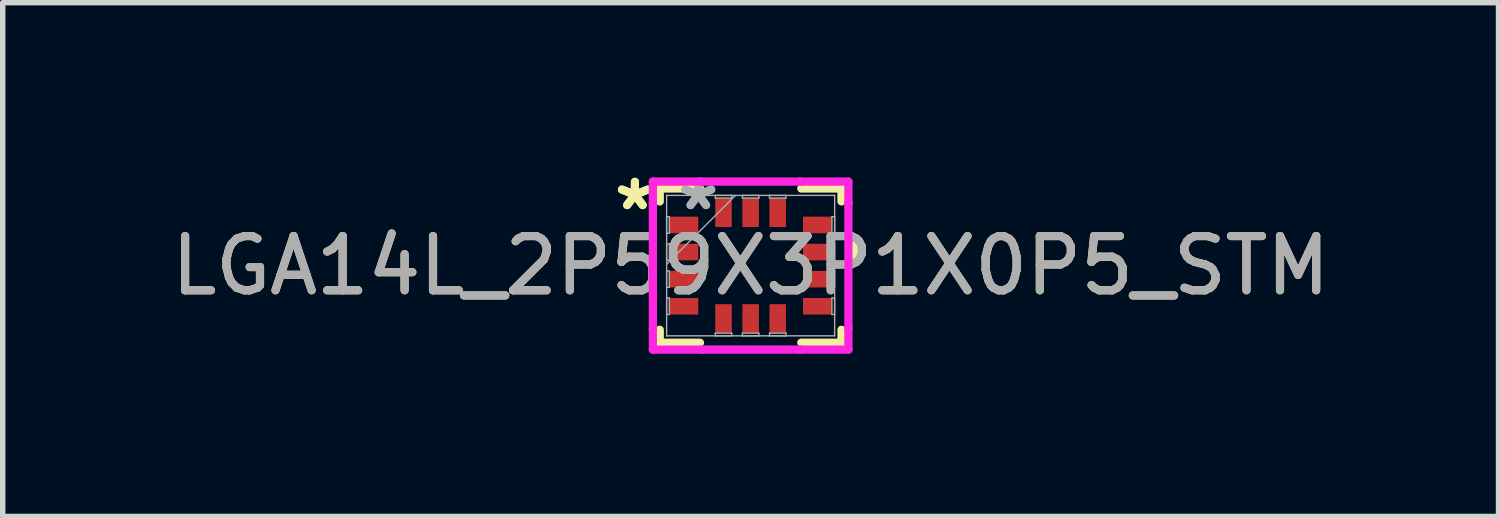
<source format=kicad_pcb>
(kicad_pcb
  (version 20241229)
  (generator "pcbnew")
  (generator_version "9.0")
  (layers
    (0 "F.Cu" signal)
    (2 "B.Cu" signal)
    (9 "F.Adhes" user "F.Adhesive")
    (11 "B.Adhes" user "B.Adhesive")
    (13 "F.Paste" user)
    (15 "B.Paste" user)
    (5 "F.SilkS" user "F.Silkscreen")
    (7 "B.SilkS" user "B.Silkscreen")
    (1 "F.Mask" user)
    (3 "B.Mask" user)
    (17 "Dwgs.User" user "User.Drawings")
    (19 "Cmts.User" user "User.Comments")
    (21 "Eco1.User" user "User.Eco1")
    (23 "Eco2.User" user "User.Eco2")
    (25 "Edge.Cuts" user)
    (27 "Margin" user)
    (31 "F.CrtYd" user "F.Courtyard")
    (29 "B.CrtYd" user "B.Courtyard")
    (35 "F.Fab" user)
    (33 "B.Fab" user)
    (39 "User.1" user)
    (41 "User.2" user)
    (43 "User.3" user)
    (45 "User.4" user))
  (footprint "LGA14L_2P59X3P1X0P5_STM"
    (layer "F.Cu")
    (at 10.792 1.848)
    (property "Reference" "LGA14L_2P59X3P1X0P5_STM" (at 0 0 0) (unlocked yes) (layer "F.SilkS") (effects (font (size 1 1) (thickness 0.15))))
    (attr smd)
    (fp_line (start -1.676 -1.422) (end -1.676 -1.184) (stroke (width 0.152) (type solid)) (layer "F.SilkS"))
    (fp_line (start -1.676 1.184) (end -1.676 1.422) (stroke (width 0.152) (type solid)) (layer "F.SilkS"))
    (fp_line (start -1.676 1.422) (end -0.934 1.422) (stroke (width 0.152) (type solid)) (layer "F.SilkS"))
    (fp_line (start -0.934 -1.422) (end -1.676 -1.422) (stroke (width 0.152) (type solid)) (layer "F.SilkS"))
    (fp_line (start 0.934 1.422) (end 1.676 1.422) (stroke (width 0.152) (type solid)) (layer "F.SilkS"))
    (fp_line (start 1.676 -1.422) (end 0.934 -1.422) (stroke (width 0.152) (type solid)) (layer "F.SilkS"))
    (fp_line (start 1.676 -1.184) (end 1.676 -1.422) (stroke (width 0.152) (type solid)) (layer "F.SilkS"))
    (fp_line (start 1.676 1.422) (end 1.676 1.184) (stroke (width 0.152) (type solid)) (layer "F.SilkS"))
    (fp_poly (pts (xy 2.007 -0.441) (xy 2.007 -0.059) (xy 1.753 -0.059) (xy 1.753 -0.441)) (stroke (width 0) (type solid)) (fill yes) (layer "F.SilkS"))
    (fp_line (start -1.803 -1.549) (end -0.906 -1.549) (stroke (width 0.152) (type solid)) (layer "F.CrtYd"))
    (fp_line (start -1.803 -1.156) (end -1.803 -1.549) (stroke (width 0.152) (type solid)) (layer "F.CrtYd"))
    (fp_line (start -1.803 -1.156) (end -1.803 -1.156) (stroke (width 0.152) (type solid)) (layer "F.CrtYd"))
    (fp_line (start -1.803 1.156) (end -1.803 -1.156) (stroke (width 0.152) (type solid)) (layer "F.CrtYd"))
    (fp_line (start -1.803 1.156) (end -1.803 1.156) (stroke (width 0.152) (type solid)) (layer "F.CrtYd"))
    (fp_line (start -1.803 1.549) (end -1.803 1.156) (stroke (width 0.152) (type solid)) (layer "F.CrtYd"))
    (fp_line (start -0.906 -1.549) (end -0.906 -1.549) (stroke (width 0.152) (type solid)) (layer "F.CrtYd"))
    (fp_line (start -0.906 -1.549) (end 0.906 -1.549) (stroke (width 0.152) (type solid)) (layer "F.CrtYd"))
    (fp_line (start -0.906 1.549) (end -1.803 1.549) (stroke (width 0.152) (type solid)) (layer "F.CrtYd"))
    (fp_line (start -0.906 1.549) (end -0.906 1.549) (stroke (width 0.152) (type solid)) (layer "F.CrtYd"))
    (fp_line (start 0.906 -1.549) (end 0.906 -1.549) (stroke (width 0.152) (type solid)) (layer "F.CrtYd"))
    (fp_line (start 0.906 -1.549) (end 1.803 -1.549) (stroke (width 0.152) (type solid)) (layer "F.CrtYd"))
    (fp_line (start 0.906 1.549) (end -0.906 1.549) (stroke (width 0.152) (type solid)) (layer "F.CrtYd"))
    (fp_line (start 0.906 1.549) (end 0.906 1.549) (stroke (width 0.152) (type solid)) (layer "F.CrtYd"))
    (fp_line (start 1.803 -1.549) (end 1.803 -1.156) (stroke (width 0.152) (type solid)) (layer "F.CrtYd"))
    (fp_line (start 1.803 -1.156) (end 1.803 -1.156) (stroke (width 0.152) (type solid)) (layer "F.CrtYd"))
    (fp_line (start 1.803 -1.156) (end 1.803 1.156) (stroke (width 0.152) (type solid)) (layer "F.CrtYd"))
    (fp_line (start 1.803 1.156) (end 1.803 1.156) (stroke (width 0.152) (type solid)) (layer "F.CrtYd"))
    (fp_line (start 1.803 1.156) (end 1.803 1.549) (stroke (width 0.152) (type solid)) (layer "F.CrtYd"))
    (fp_line (start 1.803 1.549) (end 0.906 1.549) (stroke (width 0.152) (type solid)) (layer "F.CrtYd"))
    (fp_line (start -1.549 -1.295) (end -1.549 -1.295) (stroke (width 0.025) (type solid)) (layer "F.Fab"))
    (fp_line (start -1.549 -1.295) (end -1.549 1.295) (stroke (width 0.025) (type solid)) (layer "F.Fab"))
    (fp_line (start -1.549 -0.902) (end -1.499 -0.902) (stroke (width 0.025) (type solid)) (layer "F.Fab"))
    (fp_line (start -1.549 -0.598) (end -1.549 -0.902) (stroke (width 0.025) (type solid)) (layer "F.Fab"))
    (fp_line (start -1.549 -0.402) (end -1.499 -0.402) (stroke (width 0.025) (type solid)) (layer "F.Fab"))
    (fp_line (start -1.549 -0.098) (end -1.549 -0.402) (stroke (width 0.025) (type solid)) (layer "F.Fab"))
    (fp_line (start -1.549 -0.025) (end -0.279 -1.295) (stroke (width 0.025) (type solid)) (layer "F.Fab"))
    (fp_line (start -1.549 0.098) (end -1.499 0.098) (stroke (width 0.025) (type solid)) (layer "F.Fab"))
    (fp_line (start -1.549 0.402) (end -1.549 0.098) (stroke (width 0.025) (type solid)) (layer "F.Fab"))
    (fp_line (start -1.549 0.598) (end -1.499 0.598) (stroke (width 0.025) (type solid)) (layer "F.Fab"))
    (fp_line (start -1.549 0.902) (end -1.549 0.598) (stroke (width 0.025) (type solid)) (layer "F.Fab"))
    (fp_line (start -1.549 1.295) (end -1.549 1.295) (stroke (width 0.025) (type solid)) (layer "F.Fab"))
    (fp_line (start -1.549 1.295) (end 1.549 1.295) (stroke (width 0.025) (type solid)) (layer "F.Fab"))
    (fp_line (start -1.499 -0.902) (end -1.499 -0.598) (stroke (width 0.025) (type solid)) (layer "F.Fab"))
    (fp_line (start -1.499 -0.598) (end -1.549 -0.598) (stroke (width 0.025) (type solid)) (layer "F.Fab"))
    (fp_line (start -1.499 -0.402) (end -1.499 -0.098) (stroke (width 0.025) (type solid)) (layer "F.Fab"))
    (fp_line (start -1.499 -0.098) (end -1.549 -0.098) (stroke (width 0.025) (type solid)) (layer "F.Fab"))
    (fp_line (start -1.499 0.098) (end -1.499 0.402) (stroke (width 0.025) (type solid)) (layer "F.Fab"))
    (fp_line (start -1.499 0.402) (end -1.549 0.402) (stroke (width 0.025) (type solid)) (layer "F.Fab"))
    (fp_line (start -1.499 0.598) (end -1.499 0.902) (stroke (width 0.025) (type solid)) (layer "F.Fab"))
    (fp_line (start -1.499 0.902) (end -1.549 0.902) (stroke (width 0.025) (type solid)) (layer "F.Fab"))
    (fp_line (start -0.652 -1.295) (end -0.348 -1.295) (stroke (width 0.025) (type solid)) (layer "F.Fab"))
    (fp_line (start -0.652 -1.245) (end -0.652 -1.295) (stroke (width 0.025) (type solid)) (layer "F.Fab"))
    (fp_line (start -0.652 1.245) (end -0.348 1.245) (stroke (width 0.025) (type solid)) (layer "F.Fab"))
    (fp_line (start -0.652 1.295) (end -0.652 1.245) (stroke (width 0.025) (type solid)) (layer "F.Fab"))
    (fp_line (start -0.348 -1.295) (end -0.348 -1.245) (stroke (width 0.025) (type solid)) (layer "F.Fab"))
    (fp_line (start -0.348 -1.245) (end -0.652 -1.245) (stroke (width 0.025) (type solid)) (layer "F.Fab"))
    (fp_line (start -0.348 1.245) (end -0.348 1.295) (stroke (width 0.025) (type solid)) (layer "F.Fab"))
    (fp_line (start -0.348 1.295) (end -0.652 1.295) (stroke (width 0.025) (type solid)) (layer "F.Fab"))
    (fp_line (start -0.152 -1.295) (end 0.152 -1.295) (stroke (width 0.025) (type solid)) (layer "F.Fab"))
    (fp_line (start -0.152 -1.245) (end -0.152 -1.295) (stroke (width 0.025) (type solid)) (layer "F.Fab"))
    (fp_line (start -0.152 1.245) (end 0.152 1.245) (stroke (width 0.025) (type solid)) (layer "F.Fab"))
    (fp_line (start -0.152 1.295) (end -0.152 1.245) (stroke (width 0.025) (type solid)) (layer "F.Fab"))
    (fp_line (start 0.152 -1.295) (end 0.152 -1.245) (stroke (width 0.025) (type solid)) (layer "F.Fab"))
    (fp_line (start 0.152 -1.245) (end -0.152 -1.245) (stroke (width 0.025) (type solid)) (layer "F.Fab"))
    (fp_line (start 0.152 1.245) (end 0.152 1.295) (stroke (width 0.025) (type solid)) (layer "F.Fab"))
    (fp_line (start 0.152 1.295) (end -0.152 1.295) (stroke (width 0.025) (type solid)) (layer "F.Fab"))
    (fp_line (start 0.348 -1.295) (end 0.652 -1.295) (stroke (width 0.025) (type solid)) (layer "F.Fab"))
    (fp_line (start 0.348 -1.245) (end 0.348 -1.295) (stroke (width 0.025) (type solid)) (layer "F.Fab"))
    (fp_line (start 0.348 1.245) (end 0.652 1.245) (stroke (width 0.025) (type solid)) (layer "F.Fab"))
    (fp_line (start 0.348 1.295) (end 0.348 1.245) (stroke (width 0.025) (type solid)) (layer "F.Fab"))
    (fp_line (start 0.652 -1.295) (end 0.652 -1.245) (stroke (width 0.025) (type solid)) (layer "F.Fab"))
    (fp_line (start 0.652 -1.245) (end 0.348 -1.245) (stroke (width 0.025) (type solid)) (layer "F.Fab"))
    (fp_line (start 0.652 1.245) (end 0.652 1.295) (stroke (width 0.025) (type solid)) (layer "F.Fab"))
    (fp_line (start 0.652 1.295) (end 0.348 1.295) (stroke (width 0.025) (type solid)) (layer "F.Fab"))
    (fp_line (start 1.499 -0.902) (end 1.549 -0.902) (stroke (width 0.025) (type solid)) (layer "F.Fab"))
    (fp_line (start 1.499 -0.598) (end 1.499 -0.902) (stroke (width 0.025) (type solid)) (layer "F.Fab"))
    (fp_line (start 1.499 -0.402) (end 1.549 -0.402) (stroke (width 0.025) (type solid)) (layer "F.Fab"))
    (fp_line (start 1.499 -0.098) (end 1.499 -0.402) (stroke (width 0.025) (type solid)) (layer "F.Fab"))
    (fp_line (start 1.499 0.098) (end 1.549 0.098) (stroke (width 0.025) (type solid)) (layer "F.Fab"))
    (fp_line (start 1.499 0.402) (end 1.499 0.098) (stroke (width 0.025) (type solid)) (layer "F.Fab"))
    (fp_line (start 1.499 0.598) (end 1.549 0.598) (stroke (width 0.025) (type solid)) (layer "F.Fab"))
    (fp_line (start 1.499 0.902) (end 1.499 0.598) (stroke (width 0.025) (type solid)) (layer "F.Fab"))
    (fp_line (start 1.549 -1.295) (end -1.549 -1.295) (stroke (width 0.025) (type solid)) (layer "F.Fab"))
    (fp_line (start 1.549 -1.295) (end 1.549 -1.295) (stroke (width 0.025) (type solid)) (layer "F.Fab"))
    (fp_line (start 1.549 -0.902) (end 1.549 -0.598) (stroke (width 0.025) (type solid)) (layer "F.Fab"))
    (fp_line (start 1.549 -0.598) (end 1.499 -0.598) (stroke (width 0.025) (type solid)) (layer "F.Fab"))
    (fp_line (start 1.549 -0.402) (end 1.549 -0.098) (stroke (width 0.025) (type solid)) (layer "F.Fab"))
    (fp_line (start 1.549 -0.098) (end 1.499 -0.098) (stroke (width 0.025) (type solid)) (layer "F.Fab"))
    (fp_line (start 1.549 0.098) (end 1.549 0.402) (stroke (width 0.025) (type solid)) (layer "F.Fab"))
    (fp_line (start 1.549 0.402) (end 1.499 0.402) (stroke (width 0.025) (type solid)) (layer "F.Fab"))
    (fp_line (start 1.549 0.598) (end 1.549 0.902) (stroke (width 0.025) (type solid)) (layer "F.Fab"))
    (fp_line (start 1.549 0.902) (end 1.499 0.902) (stroke (width 0.025) (type solid)) (layer "F.Fab"))
    (fp_line (start 1.549 1.295) (end 1.549 -1.295) (stroke (width 0.025) (type solid)) (layer "F.Fab"))
    (fp_line (start 1.549 1.295) (end 1.549 1.295) (stroke (width 0.025) (type solid)) (layer "F.Fab"))
    (fp_text user "*" (at -2.134 -1 0) (unlocked yes) (layer "F.SilkS") (effects (font (size 1 1) (thickness 0.15))))
    (fp_text user "*" (at -2.134 -1 0) (layer "F.SilkS") (effects (font (size 1 1) (thickness 0.15))))
    (fp_text user "${REFERENCE}" (at 0 0 0) (unlocked yes) (layer "F.Fab") (effects (font (size 1 1) (thickness 0.15))))
    (fp_text user "*" (at -0.965 -1 0) (unlocked yes) (layer "F.Fab") (effects (font (size 1 1) (thickness 0.15))))
    (fp_text user "*" (at -0.965 -1 0) (layer "F.Fab") (effects (font (size 1 1) (thickness 0.15))))
    (pad "1" smd rect (at -1.232 -0.75 90) (size 0.305 0.533) (layers "F.Cu" "F.Mask" "F.Paste"))
    (pad "2" smd rect (at -1.232 -0.25 90) (size 0.305 0.533) (layers "F.Cu" "F.Mask" "F.Paste"))
    (pad "3" smd rect (at -1.232 0.25 90) (size 0.305 0.533) (layers "F.Cu" "F.Mask" "F.Paste"))
    (pad "4" smd rect (at -1.232 0.75 90) (size 0.305 0.533) (layers "F.Cu" "F.Mask" "F.Paste"))
    (pad "5" smd rect (at -0.5 0.978) (size 0.305 0.533) (layers "F.Cu" "F.Mask" "F.Paste"))
    (pad "6" smd rect (at 0 0.978) (size 0.305 0.533) (layers "F.Cu" "F.Mask" "F.Paste"))
    (pad "7" smd rect (at 0.5 0.978) (size 0.305 0.533) (layers "F.Cu" "F.Mask" "F.Paste"))
    (pad "8" smd rect (at 1.232 0.75 90) (size 0.305 0.533) (layers "F.Cu" "F.Mask" "F.Paste"))
    (pad "9" smd rect (at 1.232 0.25 90) (size 0.305 0.533) (layers "F.Cu" "F.Mask" "F.Paste"))
    (pad "10" smd rect (at 1.232 -0.25 90) (size 0.305 0.533) (layers "F.Cu" "F.Mask" "F.Paste"))
    (pad "11" smd rect (at 1.232 -0.75 90) (size 0.305 0.533) (layers "F.Cu" "F.Mask" "F.Paste"))
    (pad "12" smd rect (at 0.5 -0.978) (size 0.305 0.533) (layers "F.Cu" "F.Mask" "F.Paste"))
    (pad "13" smd rect (at 0 -0.978) (size 0.305 0.533) (layers "F.Cu" "F.Mask" "F.Paste"))
    (pad "14" smd rect (at -0.5 -0.978) (size 0.305 0.533) (layers "F.Cu" "F.Mask" "F.Paste")))
  (gr_rect
    (start -3 -3)
    (end 24.583 6.474)
    (stroke (width 0.1) (type default))
    (fill no)
    (layer "Edge.Cuts")))
</source>
